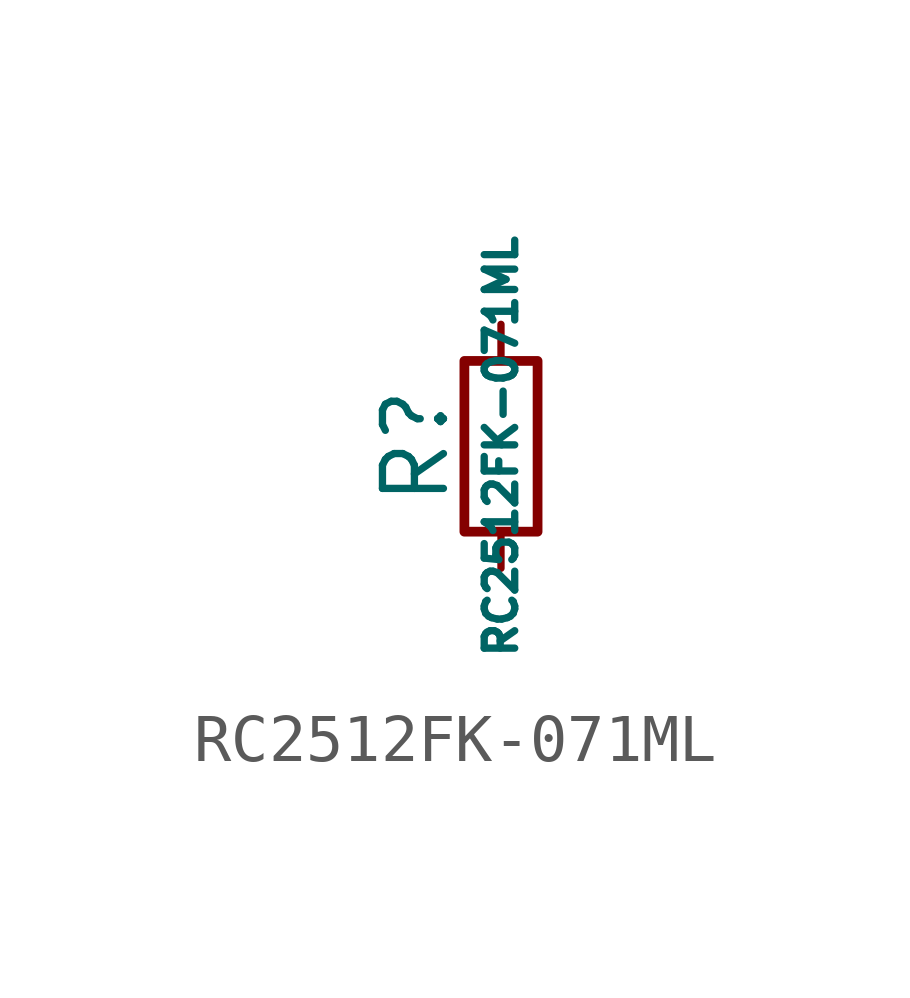
<source format=kicad_sym>
(kicad_symbol_lib
  (version 20220914)
  (generator kicad_symbol_editor)
  (symbol "RC2512FK-071ML"
    (pin_numbers hide)
    (pin_names
      (offset 0.254) hide)
    (property "Reference" "R"
      (at -1.778 0 90)
      (effects (font (size 1.27 1.27))))
    (property "Value" "RC2512FK-071ML"
      (at 0 0 90)
      (effects (font (size 0.635 0.635))))
    (symbol "RC2512FK-071ML_0_1"
      (rectangle (start -0.762 1.778) (end 0.762 -1.778) (stroke (width 0.203) (type default)) (fill (type none))))
    (symbol "RC2512FK-071ML_1_1"
      (pin passive line (at 0 2.54 270) (length 0.762) (name "~" (effects (font (size 1.27 1.27)))) (number "1" (effects (font (size 1.27 1.27)))))
      (pin passive line (at 0 -2.54 90) (length 0.762) (name "~" (effects (font (size 1.27 1.27)))) (number "2" (effects (font (size 1.27 1.27))))))))
</source>
